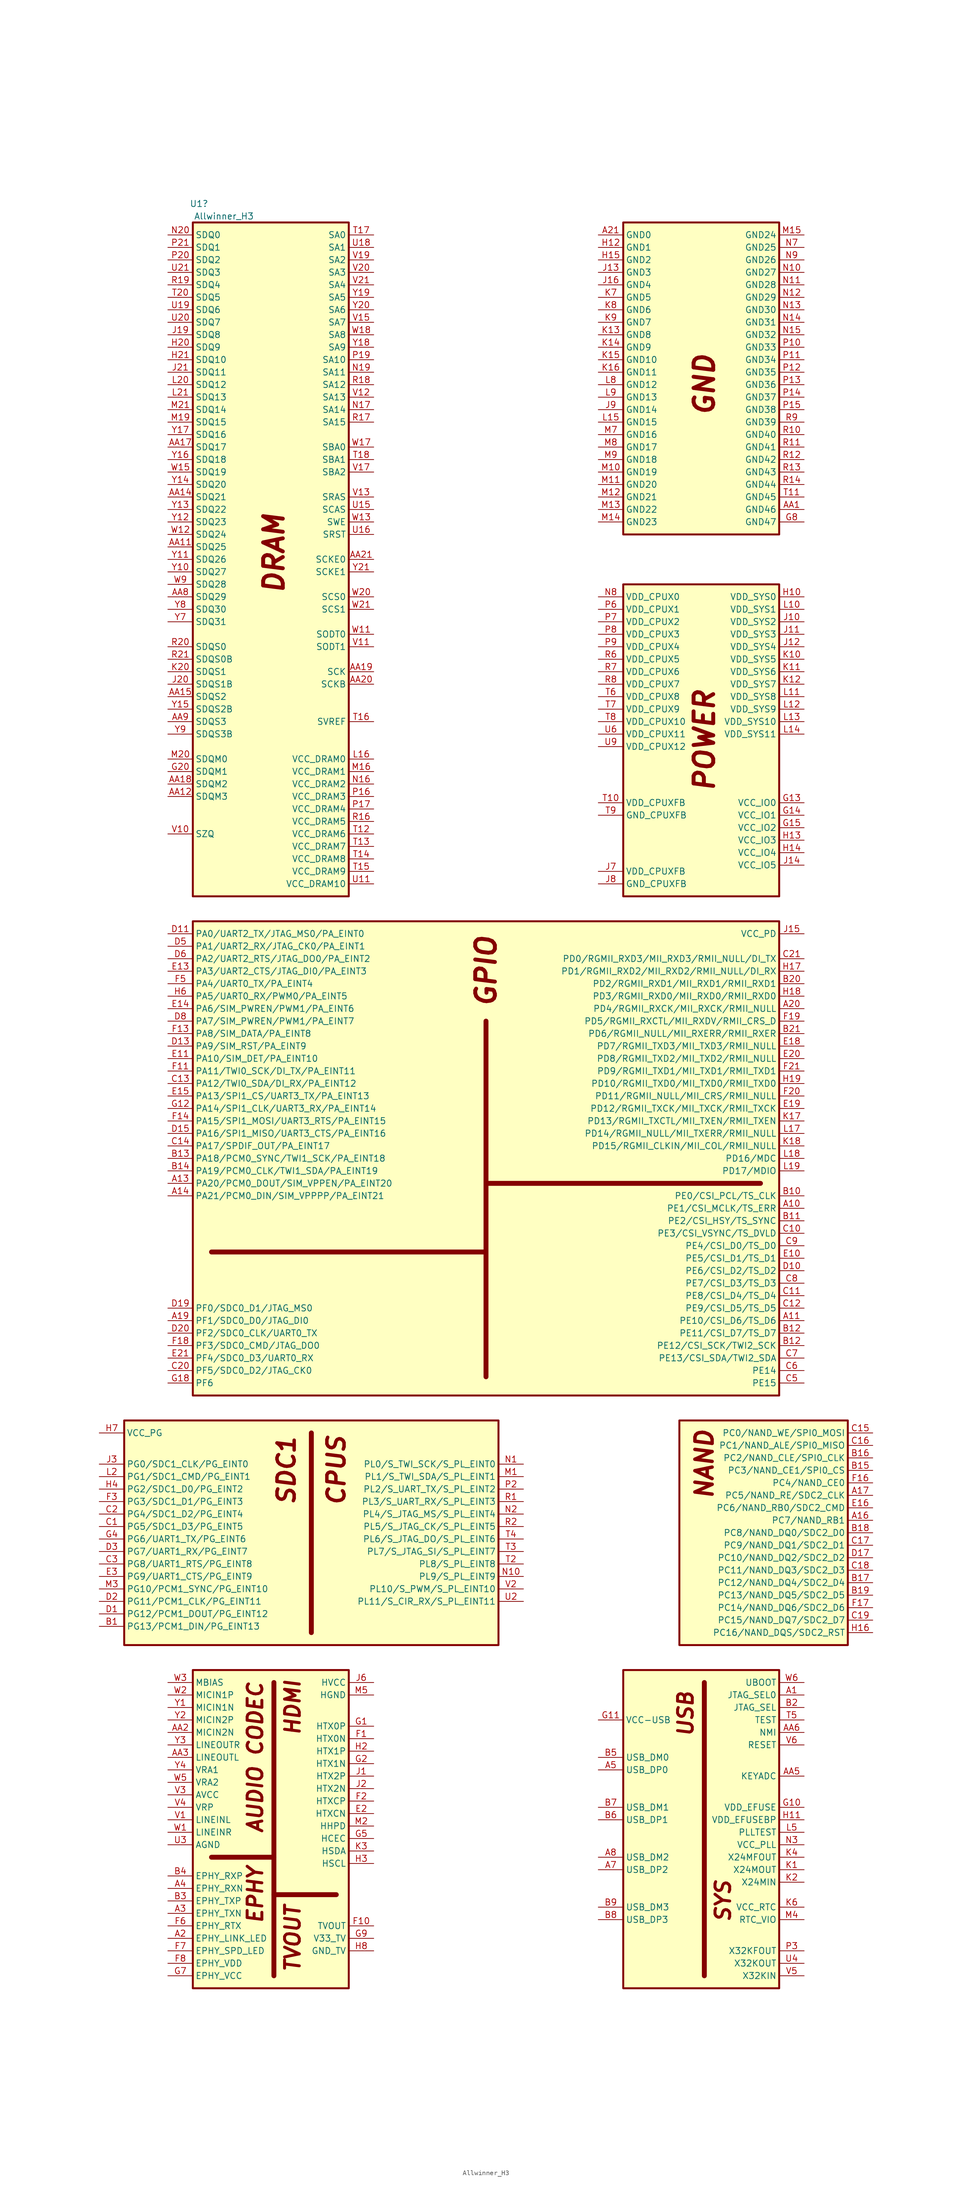
<source format=kicad_sym>
(kicad_symbol_lib
  (version 20211014)
  (generator kicad_symbol_editor)
  (symbol "Allwinner_H3"
    (property "Reference" "U1"
      (at -58.42 143.51 0)
      (effects (font (size 1.27 1.27))))
    (property "Value" "Allwinner_H3"
      (at -53.34 140.97 0)
      (effects (font (size 1.27 1.27))))
    (symbol "Allwinner_H3_0_0"
      (polyline (pts (xy -55.88 -193.04) (xy -43.18 -193.04)) (stroke (width 1) (type default) (color 0 0 0 0)) (fill (type none)))
      (polyline (pts (xy -55.88 -69.85) (xy 0 -69.85)) (stroke (width 1) (type default) (color 0 0 0 0)) (fill (type none)))
      (polyline (pts (xy -43.18 -200.66) (xy -30.48 -200.66)) (stroke (width 1) (type default) (color 0 0 0 0)) (fill (type none)))
      (polyline (pts (xy 0 -55.88) (xy 55.88 -55.88)) (stroke (width 1) (type default) (color 0 0 0 0)) (fill (type none)))
      (polyline (pts (xy 0 -22.86) (xy 0 -95.25)) (stroke (width 1) (type default) (color 0 0 0 0)) (fill (type none)))
      (text "AUDIO CODEC" (at -46.99 -172.72 900) (effects (font (size 3 3) bold italic)))
      (text "CPUS" (at -30.48 -114.3 900) (effects (font (size 3.5 3.5) bold italic)))
      (text "DRAM" (at -43.18 72.39 900) (effects (font (size 4 4) bold italic)))
      (text "EPHY" (at -46.99 -200.66 900) (effects (font (size 3 3) bold italic)))
      (text "GND" (at 44.45 106.68 900) (effects (font (size 4 4) bold italic)))
      (text "GPIO" (at 0 -12.7 900) (effects (font (size 4 4) bold italic)))
      (text "HDMI" (at -39.37 -162.56 900) (effects (font (size 3 3) bold italic)))
      (text "NAND" (at 44.45 -113.03 900) (effects (font (size 3.5 3.5) bold italic)))
      (text "POWER" (at 44.45 34.29 900) (effects (font (size 4 4) bold italic)))
      (text "SDC1" (at -40.64 -114.3 900) (effects (font (size 3.5 3.5) bold italic)))
      (text "SYS" (at 48.26 -201.93 900) (effects (font (size 3 3) bold italic)))
      (text "TVOUT" (at -39.37 -209.55 900) (effects (font (size 3 3) bold italic)))
      (text "USB" (at 40.64 -163.83 900) (effects (font (size 3 3) bold italic))))
    (symbol "Allwinner_H3_0_1"
      (rectangle (start -73.66 -104.14) (end 2.54 -149.86) (stroke (width 0.4) (type default) (color 0 0 0 0)) (fill (type background)))
      (rectangle (start -59.69 -154.94) (end -27.94 -219.71) (stroke (width 0.4) (type default) (color 0 0 0 0)) (fill (type background)))
      (rectangle (start -59.69 -2.54) (end 59.69 -99.06) (stroke (width 0.4) (type default) (color 0 0 0 0)) (fill (type background)))
      (rectangle (start -59.69 139.7) (end -27.94 2.54) (stroke (width 0.4) (type default) (color 0 0 0 0)) (fill (type background)))
      (polyline (pts (xy -43.18 -157.48) (xy -43.18 -217.17)) (stroke (width 1) (type default) (color 0 0 0 0)) (fill (type none)))
      (polyline (pts (xy -35.56 -106.68) (xy -35.56 -147.32)) (stroke (width 1) (type default) (color 0 0 0 0)) (fill (type none)))
      (polyline (pts (xy 44.45 -157.48) (xy 44.45 -217.17)) (stroke (width 1) (type default) (color 0 0 0 0)) (fill (type none)))
      (rectangle (start 27.94 -154.94) (end 59.69 -219.71) (stroke (width 0.4) (type default) (color 0 0 0 0)) (fill (type background)))
      (rectangle (start 27.94 66.04) (end 59.69 2.54) (stroke (width 0.4) (type default) (color 0 0 0 0)) (fill (type background)))
      (rectangle (start 27.94 139.7) (end 59.69 76.2) (stroke (width 0.4) (type default) (color 0 0 0 0)) (fill (type background)))
      (rectangle (start 39.37 -104.14) (end 73.66 -149.86) (stroke (width 0.4) (type default) (color 0 0 0 0)) (fill (type background))))
    (symbol "Allwinner_H3_1_1"
      (pin bidirectional line (at 64.77 -160.02 180) (length 5.08) (name "JTAG_SEL0" (effects (font (size 1.27 1.27)))) (number "A1" (effects (font (size 1.27 1.27)))))
      (pin bidirectional line (at 64.77 -60.96 180) (length 5.08) (name "PE1/CSI_MCLK/TS_ERR" (effects (font (size 1.27 1.27)))) (number "A10" (effects (font (size 1.27 1.27)))))
      (pin bidirectional line (at 64.77 -83.82 180) (length 5.08) (name "PE10/CSI_D6/TS_D6" (effects (font (size 1.27 1.27)))) (number "A11" (effects (font (size 1.27 1.27)))))
      (pin bidirectional line (at -64.77 -55.88 0) (length 5.08) (name "PA20/PCM0_DOUT/SIM_VPPEN/PA_EINT20" (effects (font (size 1.27 1.27)))) (number "A13" (effects (font (size 1.27 1.27)))))
      (pin bidirectional line (at -64.77 -58.42 0) (length 5.08) (name "PA21/PCM0_DIN/SIM_VPPPP/PA_EINT21" (effects (font (size 1.27 1.27)))) (number "A14" (effects (font (size 1.27 1.27)))))
      (pin bidirectional line (at 78.74 -124.46 180) (length 5.08) (name "PC7/NAND_RB1" (effects (font (size 1.27 1.27)))) (number "A16" (effects (font (size 1.27 1.27)))))
      (pin bidirectional line (at 78.74 -119.38 180) (length 5.08) (name "PC5/NAND_RE/SDC2_CLK" (effects (font (size 1.27 1.27)))) (number "A17" (effects (font (size 1.27 1.27)))))
      (pin bidirectional line (at -64.77 -83.82 0) (length 5.08) (name "PF1/SDC0_D0/JTAG_DI0" (effects (font (size 1.27 1.27)))) (number "A19" (effects (font (size 1.27 1.27)))))
      (pin bidirectional line (at -64.77 -209.55 0) (length 5.08) (name "EPHY_LINK_LED" (effects (font (size 1.27 1.27)))) (number "A2" (effects (font (size 1.27 1.27)))))
      (pin bidirectional line (at 64.77 -20.32 180) (length 5.08) (name "PD4/RGMII_RXCK/MII_RXCK/RMII_NULL" (effects (font (size 1.27 1.27)))) (number "A20" (effects (font (size 1.27 1.27)))))
      (pin bidirectional line (at 22.86 137.16 0) (length 5.08) (name "GND0" (effects (font (size 1.27 1.27)))) (number "A21" (effects (font (size 1.27 1.27)))))
      (pin bidirectional line (at -64.77 -204.47 0) (length 5.08) (name "EPHY_TXN" (effects (font (size 1.27 1.27)))) (number "A3" (effects (font (size 1.27 1.27)))))
      (pin bidirectional line (at -64.77 -199.39 0) (length 5.08) (name "EPHY_RXN" (effects (font (size 1.27 1.27)))) (number "A4" (effects (font (size 1.27 1.27)))))
      (pin bidirectional line (at 22.86 -175.26 0) (length 5.08) (name "USB_DP0" (effects (font (size 1.27 1.27)))) (number "A5" (effects (font (size 1.27 1.27)))))
      (pin bidirectional line (at 22.86 -195.58 0) (length 5.08) (name "USB_DP2" (effects (font (size 1.27 1.27)))) (number "A7" (effects (font (size 1.27 1.27)))))
      (pin bidirectional line (at 22.86 -193.04 0) (length 5.08) (name "USB_DM2" (effects (font (size 1.27 1.27)))) (number "A8" (effects (font (size 1.27 1.27)))))
      (pin bidirectional line (at 64.77 81.28 180) (length 5.08) (name "GND46" (effects (font (size 1.27 1.27)))) (number "AA1" (effects (font (size 1.27 1.27)))))
      (pin bidirectional line (at -64.77 73.66 0) (length 5.08) (name "SDQ25" (effects (font (size 1.27 1.27)))) (number "AA11" (effects (font (size 1.27 1.27)))))
      (pin bidirectional line (at -64.77 22.86 0) (length 5.08) (name "SDQM3" (effects (font (size 1.27 1.27)))) (number "AA12" (effects (font (size 1.27 1.27)))))
      (pin bidirectional line (at -64.77 83.82 0) (length 5.08) (name "SDQ21" (effects (font (size 1.27 1.27)))) (number "AA14" (effects (font (size 1.27 1.27)))))
      (pin bidirectional line (at -64.77 43.18 0) (length 5.08) (name "SDQS2" (effects (font (size 1.27 1.27)))) (number "AA15" (effects (font (size 1.27 1.27)))))
      (pin bidirectional line (at -64.77 93.98 0) (length 5.08) (name "SDQ17" (effects (font (size 1.27 1.27)))) (number "AA17" (effects (font (size 1.27 1.27)))))
      (pin bidirectional line (at -64.77 25.4 0) (length 5.08) (name "SDQM2" (effects (font (size 1.27 1.27)))) (number "AA18" (effects (font (size 1.27 1.27)))))
      (pin bidirectional line (at -22.86 48.26 180) (length 5.08) (name "SCK" (effects (font (size 1.27 1.27)))) (number "AA19" (effects (font (size 1.27 1.27)))))
      (pin bidirectional line (at -64.77 -167.64 0) (length 5.08) (name "MICIN2N" (effects (font (size 1.27 1.27)))) (number "AA2" (effects (font (size 1.27 1.27)))))
      (pin bidirectional line (at -22.86 45.72 180) (length 5.08) (name "SCKB" (effects (font (size 1.27 1.27)))) (number "AA20" (effects (font (size 1.27 1.27)))))
      (pin bidirectional line (at -22.86 71.12 180) (length 5.08) (name "SCKE0" (effects (font (size 1.27 1.27)))) (number "AA21" (effects (font (size 1.27 1.27)))))
      (pin bidirectional line (at -64.77 -172.72 0) (length 5.08) (name "LINEOUTL" (effects (font (size 1.27 1.27)))) (number "AA3" (effects (font (size 1.27 1.27)))))
      (pin bidirectional line (at 64.77 -176.53 180) (length 5.08) (name "KEYADC" (effects (font (size 1.27 1.27)))) (number "AA5" (effects (font (size 1.27 1.27)))))
      (pin bidirectional line (at 64.77 -167.64 180) (length 5.08) (name "NMI" (effects (font (size 1.27 1.27)))) (number "AA6" (effects (font (size 1.27 1.27)))))
      (pin bidirectional line (at -64.77 63.5 0) (length 5.08) (name "SDQ29" (effects (font (size 1.27 1.27)))) (number "AA8" (effects (font (size 1.27 1.27)))))
      (pin bidirectional line (at -64.77 38.1 0) (length 5.08) (name "SDQS3" (effects (font (size 1.27 1.27)))) (number "AA9" (effects (font (size 1.27 1.27)))))
      (pin bidirectional line (at -78.74 -146.05 0) (length 5.08) (name "PG13/PCM1_DIN/PG_EINT13" (effects (font (size 1.27 1.27)))) (number "B1" (effects (font (size 1.27 1.27)))))
      (pin bidirectional line (at 64.77 -58.42 180) (length 5.08) (name "PE0/CSI_PCL/TS_CLK" (effects (font (size 1.27 1.27)))) (number "B10" (effects (font (size 1.27 1.27)))))
      (pin bidirectional line (at 64.77 -63.5 180) (length 5.08) (name "PE2/CSI_HSY/TS_SYNC" (effects (font (size 1.27 1.27)))) (number "B11" (effects (font (size 1.27 1.27)))))
      (pin bidirectional line (at 64.77 -86.36 180) (length 5.08) (name "PE11/CSI_D7/TS_D7" (effects (font (size 1.27 1.27)))) (number "B12" (effects (font (size 1.27 1.27)))))
      (pin bidirectional line (at 64.77 -88.9 180) (length 5.08) (name "PE12/CSI_SCK/TWI2_SCK" (effects (font (size 1.27 1.27)))) (number "B12" (effects (font (size 1.27 1.27)))))
      (pin bidirectional line (at -64.77 -50.8 0) (length 5.08) (name "PA18/PCM0_SYNC/TWI1_SCK/PA_EINT18" (effects (font (size 1.27 1.27)))) (number "B13" (effects (font (size 1.27 1.27)))))
      (pin bidirectional line (at -64.77 -53.34 0) (length 5.08) (name "PA19/PCM0_CLK/TWI1_SDA/PA_EINT19" (effects (font (size 1.27 1.27)))) (number "B14" (effects (font (size 1.27 1.27)))))
      (pin bidirectional line (at 78.74 -114.3 180) (length 5.08) (name "PC3/NAND_CE1/SPI0_CS" (effects (font (size 1.27 1.27)))) (number "B15" (effects (font (size 1.27 1.27)))))
      (pin bidirectional line (at 78.74 -111.76 180) (length 5.08) (name "PC2/NAND_CLE/SPI0_CLK" (effects (font (size 1.27 1.27)))) (number "B16" (effects (font (size 1.27 1.27)))))
      (pin bidirectional line (at 78.74 -137.16 180) (length 5.08) (name "PC12/NAND_DQ4/SDC2_D4" (effects (font (size 1.27 1.27)))) (number "B17" (effects (font (size 1.27 1.27)))))
      (pin bidirectional line (at 78.74 -127 180) (length 5.08) (name "PC8/NAND_DQ0/SDC2_D0" (effects (font (size 1.27 1.27)))) (number "B18" (effects (font (size 1.27 1.27)))))
      (pin bidirectional line (at 78.74 -139.7 180) (length 5.08) (name "PC13/NAND_DQ5/SDC2_D5" (effects (font (size 1.27 1.27)))) (number "B19" (effects (font (size 1.27 1.27)))))
      (pin bidirectional line (at 64.77 -162.56 180) (length 5.08) (name "JTAG_SEL" (effects (font (size 1.27 1.27)))) (number "B2" (effects (font (size 1.27 1.27)))))
      (pin bidirectional line (at 64.77 -15.24 180) (length 5.08) (name "PD2/RGMII_RXD1/MII_RXD1/RMII_RXD1" (effects (font (size 1.27 1.27)))) (number "B20" (effects (font (size 1.27 1.27)))))
      (pin bidirectional line (at 64.77 -25.4 180) (length 5.08) (name "PD6/RGMII_NULL/MII_RXERR/RMII_RXER" (effects (font (size 1.27 1.27)))) (number "B21" (effects (font (size 1.27 1.27)))))
      (pin bidirectional line (at -64.77 -201.93 0) (length 5.08) (name "EPHY_TXP" (effects (font (size 1.27 1.27)))) (number "B3" (effects (font (size 1.27 1.27)))))
      (pin bidirectional line (at -64.77 -196.85 0) (length 5.08) (name "EPHY_RXP" (effects (font (size 1.27 1.27)))) (number "B4" (effects (font (size 1.27 1.27)))))
      (pin bidirectional line (at 22.86 -172.72 0) (length 5.08) (name "USB_DM0" (effects (font (size 1.27 1.27)))) (number "B5" (effects (font (size 1.27 1.27)))))
      (pin bidirectional line (at 22.86 -185.42 0) (length 5.08) (name "USB_DP1" (effects (font (size 1.27 1.27)))) (number "B6" (effects (font (size 1.27 1.27)))))
      (pin bidirectional line (at 22.86 -182.88 0) (length 5.08) (name "USB_DM1" (effects (font (size 1.27 1.27)))) (number "B7" (effects (font (size 1.27 1.27)))))
      (pin bidirectional line (at 22.86 -205.74 0) (length 5.08) (name "USB_DP3" (effects (font (size 1.27 1.27)))) (number "B8" (effects (font (size 1.27 1.27)))))
      (pin bidirectional line (at 22.86 -203.2 0) (length 5.08) (name "USB_DM3" (effects (font (size 1.27 1.27)))) (number "B9" (effects (font (size 1.27 1.27)))))
      (pin bidirectional line (at -78.74 -125.73 0) (length 5.08) (name "PG5/SDC1_D3/PG_EINT5" (effects (font (size 1.27 1.27)))) (number "C1" (effects (font (size 1.27 1.27)))))
      (pin bidirectional line (at 64.77 -66.04 180) (length 5.08) (name "PE3/CSI_VSYNC/TS_DVLD" (effects (font (size 1.27 1.27)))) (number "C10" (effects (font (size 1.27 1.27)))))
      (pin bidirectional line (at 64.77 -78.74 180) (length 5.08) (name "PE8/CSI_D4/TS_D4" (effects (font (size 1.27 1.27)))) (number "C11" (effects (font (size 1.27 1.27)))))
      (pin bidirectional line (at 64.77 -81.28 180) (length 5.08) (name "PE9/CSI_D5/TS_D5" (effects (font (size 1.27 1.27)))) (number "C12" (effects (font (size 1.27 1.27)))))
      (pin bidirectional line (at -64.77 -35.56 0) (length 5.08) (name "PA12/TWI0_SDA/DI_RX/PA_EINT12" (effects (font (size 1.27 1.27)))) (number "C13" (effects (font (size 1.27 1.27)))))
      (pin bidirectional line (at -64.77 -48.26 0) (length 5.08) (name "PA17/SPDIF_OUT/PA_EINT17" (effects (font (size 1.27 1.27)))) (number "C14" (effects (font (size 1.27 1.27)))))
      (pin bidirectional line (at 78.74 -106.68 180) (length 5.08) (name "PC0/NAND_WE/SPI0_MOSI" (effects (font (size 1.27 1.27)))) (number "C15" (effects (font (size 1.27 1.27)))))
      (pin bidirectional line (at 78.74 -109.22 180) (length 5.08) (name "PC1/NAND_ALE/SPI0_MISO" (effects (font (size 1.27 1.27)))) (number "C16" (effects (font (size 1.27 1.27)))))
      (pin bidirectional line (at 78.74 -129.54 180) (length 5.08) (name "PC9/NAND_DQ1/SDC2_D1" (effects (font (size 1.27 1.27)))) (number "C17" (effects (font (size 1.27 1.27)))))
      (pin bidirectional line (at 78.74 -134.62 180) (length 5.08) (name "PC11/NAND_DQ3/SDC2_D3" (effects (font (size 1.27 1.27)))) (number "C18" (effects (font (size 1.27 1.27)))))
      (pin bidirectional line (at 78.74 -144.78 180) (length 5.08) (name "PC15/NAND_DQ7/SDC2_D7" (effects (font (size 1.27 1.27)))) (number "C19" (effects (font (size 1.27 1.27)))))
      (pin bidirectional line (at -78.74 -123.19 0) (length 5.08) (name "PG4/SDC1_D2/PG_EINT4" (effects (font (size 1.27 1.27)))) (number "C2" (effects (font (size 1.27 1.27)))))
      (pin bidirectional line (at -64.77 -93.98 0) (length 5.08) (name "PF5/SDC0_D2/JTAG_CK0" (effects (font (size 1.27 1.27)))) (number "C20" (effects (font (size 1.27 1.27)))))
      (pin bidirectional line (at 64.77 -10.16 180) (length 5.08) (name "PD0/RGMII_RXD3/MII_RXD3/RMII_NULL/DI_TX" (effects (font (size 1.27 1.27)))) (number "C21" (effects (font (size 1.27 1.27)))))
      (pin bidirectional line (at -78.74 -133.35 0) (length 5.08) (name "PG8/UART1_RTS/PG_EINT8" (effects (font (size 1.27 1.27)))) (number "C3" (effects (font (size 1.27 1.27)))))
      (pin bidirectional line (at 64.77 -96.52 180) (length 5.08) (name "PE15" (effects (font (size 1.27 1.27)))) (number "C5" (effects (font (size 1.27 1.27)))))
      (pin bidirectional line (at 64.77 -93.98 180) (length 5.08) (name "PE14" (effects (font (size 1.27 1.27)))) (number "C6" (effects (font (size 1.27 1.27)))))
      (pin bidirectional line (at 64.77 -91.44 180) (length 5.08) (name "PE13/CSI_SDA/TWI2_SDA" (effects (font (size 1.27 1.27)))) (number "C7" (effects (font (size 1.27 1.27)))))
      (pin bidirectional line (at 64.77 -76.2 180) (length 5.08) (name "PE7/CSI_D3/TS_D3" (effects (font (size 1.27 1.27)))) (number "C8" (effects (font (size 1.27 1.27)))))
      (pin bidirectional line (at 64.77 -68.58 180) (length 5.08) (name "PE4/CSI_D0/TS_D0" (effects (font (size 1.27 1.27)))) (number "C9" (effects (font (size 1.27 1.27)))))
      (pin bidirectional line (at -78.74 -143.51 0) (length 5.08) (name "PG12/PCM1_DOUT/PG_EINT12" (effects (font (size 1.27 1.27)))) (number "D1" (effects (font (size 1.27 1.27)))))
      (pin bidirectional line (at 64.77 -73.66 180) (length 5.08) (name "PE6/CSI_D2/TS_D2" (effects (font (size 1.27 1.27)))) (number "D10" (effects (font (size 1.27 1.27)))))
      (pin bidirectional line (at -64.77 -5.08 0) (length 5.08) (name "PA0/UART2_TX/JTAG_MS0/PA_EINT0" (effects (font (size 1.27 1.27)))) (number "D11" (effects (font (size 1.27 1.27)))))
      (pin bidirectional line (at -64.77 -27.94 0) (length 5.08) (name "PA9/SIM_RST/PA_EINT9" (effects (font (size 1.27 1.27)))) (number "D13" (effects (font (size 1.27 1.27)))))
      (pin bidirectional line (at -64.77 -45.72 0) (length 5.08) (name "PA16/SPI1_MISO/UART3_CTS/PA_EINT16" (effects (font (size 1.27 1.27)))) (number "D15" (effects (font (size 1.27 1.27)))))
      (pin bidirectional line (at 78.74 -132.08 180) (length 5.08) (name "PC10/NAND_DQ2/SDC2_D2" (effects (font (size 1.27 1.27)))) (number "D17" (effects (font (size 1.27 1.27)))))
      (pin bidirectional line (at -64.77 -81.28 0) (length 5.08) (name "PF0/SDC0_D1/JTAG_MS0" (effects (font (size 1.27 1.27)))) (number "D19" (effects (font (size 1.27 1.27)))))
      (pin bidirectional line (at -78.74 -140.97 0) (length 5.08) (name "PG11/PCM1_CLK/PG_EINT11" (effects (font (size 1.27 1.27)))) (number "D2" (effects (font (size 1.27 1.27)))))
      (pin bidirectional line (at -64.77 -86.36 0) (length 5.08) (name "PF2/SDC0_CLK/UART0_TX" (effects (font (size 1.27 1.27)))) (number "D20" (effects (font (size 1.27 1.27)))))
      (pin bidirectional line (at -78.74 -130.81 0) (length 5.08) (name "PG7/UART1_RX/PG_EINT7" (effects (font (size 1.27 1.27)))) (number "D3" (effects (font (size 1.27 1.27)))))
      (pin bidirectional line (at -64.77 -7.62 0) (length 5.08) (name "PA1/UART2_RX/JTAG_CK0/PA_EINT1" (effects (font (size 1.27 1.27)))) (number "D5" (effects (font (size 1.27 1.27)))))
      (pin bidirectional line (at -64.77 -10.16 0) (length 5.08) (name "PA2/UART2_RTS/JTAG_DO0/PA_EINT2" (effects (font (size 1.27 1.27)))) (number "D6" (effects (font (size 1.27 1.27)))))
      (pin bidirectional line (at -64.77 -22.86 0) (length 5.08) (name "PA7/SIM_PWREN/PWM1/PA_EINT7" (effects (font (size 1.27 1.27)))) (number "D8" (effects (font (size 1.27 1.27)))))
      (pin bidirectional line (at 64.77 -71.12 180) (length 5.08) (name "PE5/CSI_D1/TS_D1" (effects (font (size 1.27 1.27)))) (number "E10" (effects (font (size 1.27 1.27)))))
      (pin bidirectional line (at -64.77 -30.48 0) (length 5.08) (name "PA10/SIM_DET/PA_EINT10" (effects (font (size 1.27 1.27)))) (number "E11" (effects (font (size 1.27 1.27)))))
      (pin bidirectional line (at -64.77 -12.7 0) (length 5.08) (name "PA3/UART2_CTS/JTAG_DI0/PA_EINT3" (effects (font (size 1.27 1.27)))) (number "E13" (effects (font (size 1.27 1.27)))))
      (pin bidirectional line (at -64.77 -20.32 0) (length 5.08) (name "PA6/SIM_PWREN/PWM1/PA_EINT6" (effects (font (size 1.27 1.27)))) (number "E14" (effects (font (size 1.27 1.27)))))
      (pin bidirectional line (at -64.77 -38.1 0) (length 5.08) (name "PA13/SPI1_CS/UART3_TX/PA_EINT13" (effects (font (size 1.27 1.27)))) (number "E15" (effects (font (size 1.27 1.27)))))
      (pin bidirectional line (at 78.74 -121.92 180) (length 5.08) (name "PC6/NAND_RB0/SDC2_CMD" (effects (font (size 1.27 1.27)))) (number "E16" (effects (font (size 1.27 1.27)))))
      (pin bidirectional line (at 64.77 -27.94 180) (length 5.08) (name "PD7/RGMII_TXD3/MII_TXD3/RMII_NULL" (effects (font (size 1.27 1.27)))) (number "E18" (effects (font (size 1.27 1.27)))))
      (pin bidirectional line (at 64.77 -40.64 180) (length 5.08) (name "PD12/RGMII_TXCK/MII_TXCK/RMII_TXCK" (effects (font (size 1.27 1.27)))) (number "E19" (effects (font (size 1.27 1.27)))))
      (pin bidirectional line (at -22.86 -184.15 180) (length 5.08) (name "HTXCN" (effects (font (size 1.27 1.27)))) (number "E2" (effects (font (size 1.27 1.27)))))
      (pin bidirectional line (at 64.77 -30.48 180) (length 5.08) (name "PD8/RGMII_TXD2/MII_TXD2/RMII_NULL" (effects (font (size 1.27 1.27)))) (number "E20" (effects (font (size 1.27 1.27)))))
      (pin bidirectional line (at -64.77 -91.44 0) (length 5.08) (name "PF4/SDC0_D3/UART0_RX" (effects (font (size 1.27 1.27)))) (number "E21" (effects (font (size 1.27 1.27)))))
      (pin bidirectional line (at -78.74 -135.89 0) (length 5.08) (name "PG9/UART1_CTS/PG_EINT9" (effects (font (size 1.27 1.27)))) (number "E3" (effects (font (size 1.27 1.27)))))
      (pin bidirectional line (at -22.86 -168.91 180) (length 5.08) (name "HTX0N" (effects (font (size 1.27 1.27)))) (number "F1" (effects (font (size 1.27 1.27)))))
      (pin bidirectional line (at -22.86 -207.01 180) (length 5.08) (name "TVOUT" (effects (font (size 1.27 1.27)))) (number "F10" (effects (font (size 1.27 1.27)))))
      (pin bidirectional line (at -64.77 -33.02 0) (length 5.08) (name "PA11/TWI0_SCK/DI_TX/PA_EINT11" (effects (font (size 1.27 1.27)))) (number "F11" (effects (font (size 1.27 1.27)))))
      (pin bidirectional line (at -64.77 -25.4 0) (length 5.08) (name "PA8/SIM_DATA/PA_EINT8" (effects (font (size 1.27 1.27)))) (number "F13" (effects (font (size 1.27 1.27)))))
      (pin bidirectional line (at -64.77 -43.18 0) (length 5.08) (name "PA15/SPI1_MOSI/UART3_RTS/PA_EINT15" (effects (font (size 1.27 1.27)))) (number "F14" (effects (font (size 1.27 1.27)))))
      (pin bidirectional line (at 78.74 -116.84 180) (length 5.08) (name "PC4/NAND_CE0" (effects (font (size 1.27 1.27)))) (number "F16" (effects (font (size 1.27 1.27)))))
      (pin bidirectional line (at 78.74 -142.24 180) (length 5.08) (name "PC14/NAND_DQ6/SDC2_D6" (effects (font (size 1.27 1.27)))) (number "F17" (effects (font (size 1.27 1.27)))))
      (pin bidirectional line (at -64.77 -88.9 0) (length 5.08) (name "PF3/SDC0_CMD/JTAG_DO0" (effects (font (size 1.27 1.27)))) (number "F18" (effects (font (size 1.27 1.27)))))
      (pin bidirectional line (at 64.77 -22.86 180) (length 5.08) (name "PD5/RGMII_RXCTL/MII_RXDV/RMII_CRS_D" (effects (font (size 1.27 1.27)))) (number "F19" (effects (font (size 1.27 1.27)))))
      (pin bidirectional line (at -22.86 -181.61 180) (length 5.08) (name "HTXCP" (effects (font (size 1.27 1.27)))) (number "F2" (effects (font (size 1.27 1.27)))))
      (pin bidirectional line (at 64.77 -38.1 180) (length 5.08) (name "PD11/RGMII_NULL/MII_CRS/RMII_NULL" (effects (font (size 1.27 1.27)))) (number "F20" (effects (font (size 1.27 1.27)))))
      (pin bidirectional line (at 64.77 -33.02 180) (length 5.08) (name "PD9/RGMII_TXD1/MII_TXD1/RMII_TXD1" (effects (font (size 1.27 1.27)))) (number "F21" (effects (font (size 1.27 1.27)))))
      (pin bidirectional line (at -78.74 -120.65 0) (length 5.08) (name "PG3/SDC1_D1/PG_EINT3" (effects (font (size 1.27 1.27)))) (number "F3" (effects (font (size 1.27 1.27)))))
      (pin bidirectional line (at -64.77 -15.24 0) (length 5.08) (name "PA4/UART0_TX/PA_EINT4" (effects (font (size 1.27 1.27)))) (number "F5" (effects (font (size 1.27 1.27)))))
      (pin bidirectional line (at -64.77 -207.01 0) (length 5.08) (name "EPHY_RTX" (effects (font (size 1.27 1.27)))) (number "F6" (effects (font (size 1.27 1.27)))))
      (pin bidirectional line (at -64.77 -212.09 0) (length 5.08) (name "EPHY_SPD_LED" (effects (font (size 1.27 1.27)))) (number "F7" (effects (font (size 1.27 1.27)))))
      (pin bidirectional line (at -64.77 -214.63 0) (length 5.08) (name "EPHY_VDD" (effects (font (size 1.27 1.27)))) (number "F8" (effects (font (size 1.27 1.27)))))
      (pin bidirectional line (at -22.86 -166.37 180) (length 5.08) (name "HTX0P" (effects (font (size 1.27 1.27)))) (number "G1" (effects (font (size 1.27 1.27)))))
      (pin bidirectional line (at 64.77 -182.88 180) (length 5.08) (name "VDD_EFUSE" (effects (font (size 1.27 1.27)))) (number "G10" (effects (font (size 1.27 1.27)))))
      (pin bidirectional line (at 22.86 -165.1 0) (length 5.08) (name "VCC-USB" (effects (font (size 1.27 1.27)))) (number "G11" (effects (font (size 1.27 1.27)))))
      (pin bidirectional line (at -64.77 -40.64 0) (length 5.08) (name "PA14/SPI1_CLK/UART3_RX/PA_EINT14" (effects (font (size 1.27 1.27)))) (number "G12" (effects (font (size 1.27 1.27)))))
      (pin bidirectional line (at 64.77 21.59 180) (length 5.08) (name "VCC_IO0" (effects (font (size 1.27 1.27)))) (number "G13" (effects (font (size 1.27 1.27)))))
      (pin bidirectional line (at 64.77 19.05 180) (length 5.08) (name "VCC_IO1" (effects (font (size 1.27 1.27)))) (number "G14" (effects (font (size 1.27 1.27)))))
      (pin bidirectional line (at 64.77 16.51 180) (length 5.08) (name "VCC_IO2" (effects (font (size 1.27 1.27)))) (number "G15" (effects (font (size 1.27 1.27)))))
      (pin bidirectional line (at -64.77 -96.52 0) (length 5.08) (name "PF6" (effects (font (size 1.27 1.27)))) (number "G18" (effects (font (size 1.27 1.27)))))
      (pin bidirectional line (at -22.86 -173.99 180) (length 5.08) (name "HTX1N" (effects (font (size 1.27 1.27)))) (number "G2" (effects (font (size 1.27 1.27)))))
      (pin bidirectional line (at -64.77 27.94 0) (length 5.08) (name "SDQM1" (effects (font (size 1.27 1.27)))) (number "G20" (effects (font (size 1.27 1.27)))))
      (pin bidirectional line (at -78.74 -128.27 0) (length 5.08) (name "PG6/UART1_TX/PG_EINT6" (effects (font (size 1.27 1.27)))) (number "G4" (effects (font (size 1.27 1.27)))))
      (pin bidirectional line (at -22.86 -189.23 180) (length 5.08) (name "HCEC" (effects (font (size 1.27 1.27)))) (number "G5" (effects (font (size 1.27 1.27)))))
      (pin bidirectional line (at -64.77 -217.17 0) (length 5.08) (name "EPHY_VCC" (effects (font (size 1.27 1.27)))) (number "G7" (effects (font (size 1.27 1.27)))))
      (pin bidirectional line (at 64.77 78.74 180) (length 5.08) (name "GND47" (effects (font (size 1.27 1.27)))) (number "G8" (effects (font (size 1.27 1.27)))))
      (pin bidirectional line (at -22.86 -209.55 180) (length 5.08) (name "V33_TV" (effects (font (size 1.27 1.27)))) (number "G9" (effects (font (size 1.27 1.27)))))
      (pin bidirectional line (at 64.77 63.5 180) (length 5.08) (name "VDD_SYS0" (effects (font (size 1.27 1.27)))) (number "H10" (effects (font (size 1.27 1.27)))))
      (pin bidirectional line (at 64.77 -185.42 180) (length 5.08) (name "VDD_EFUSEBP" (effects (font (size 1.27 1.27)))) (number "H11" (effects (font (size 1.27 1.27)))))
      (pin bidirectional line (at 22.86 134.62 0) (length 5.08) (name "GND1" (effects (font (size 1.27 1.27)))) (number "H12" (effects (font (size 1.27 1.27)))))
      (pin bidirectional line (at 64.77 13.97 180) (length 5.08) (name "VCC_IO3" (effects (font (size 1.27 1.27)))) (number "H13" (effects (font (size 1.27 1.27)))))
      (pin bidirectional line (at 64.77 11.43 180) (length 5.08) (name "VCC_IO4" (effects (font (size 1.27 1.27)))) (number "H14" (effects (font (size 1.27 1.27)))))
      (pin bidirectional line (at 22.86 132.08 0) (length 5.08) (name "GND2" (effects (font (size 1.27 1.27)))) (number "H15" (effects (font (size 1.27 1.27)))))
      (pin bidirectional line (at 78.74 -147.32 180) (length 5.08) (name "PC16/NAND_DQS/SDC2_RST" (effects (font (size 1.27 1.27)))) (number "H16" (effects (font (size 1.27 1.27)))))
      (pin bidirectional line (at 64.77 -12.7 180) (length 5.08) (name "PD1/RGMII_RXD2/MII_RXD2/RMII_NULL/DI_RX" (effects (font (size 1.27 1.27)))) (number "H17" (effects (font (size 1.27 1.27)))))
      (pin bidirectional line (at 64.77 -17.78 180) (length 5.08) (name "PD3/RGMII_RXD0/MII_RXD0/RMII_RXD0" (effects (font (size 1.27 1.27)))) (number "H18" (effects (font (size 1.27 1.27)))))
      (pin bidirectional line (at 64.77 -35.56 180) (length 5.08) (name "PD10/RGMII_TXD0/MII_TXD0/RMII_TXD0" (effects (font (size 1.27 1.27)))) (number "H19" (effects (font (size 1.27 1.27)))))
      (pin bidirectional line (at -22.86 -171.45 180) (length 5.08) (name "HTX1P" (effects (font (size 1.27 1.27)))) (number "H2" (effects (font (size 1.27 1.27)))))
      (pin bidirectional line (at -64.77 114.3 0) (length 5.08) (name "SDQ9" (effects (font (size 1.27 1.27)))) (number "H20" (effects (font (size 1.27 1.27)))))
      (pin bidirectional line (at -64.77 111.76 0) (length 5.08) (name "SDQ10" (effects (font (size 1.27 1.27)))) (number "H21" (effects (font (size 1.27 1.27)))))
      (pin bidirectional line (at -22.86 -194.31 180) (length 5.08) (name "HSCL" (effects (font (size 1.27 1.27)))) (number "H3" (effects (font (size 1.27 1.27)))))
      (pin bidirectional line (at -78.74 -118.11 0) (length 5.08) (name "PG2/SDC1_D0/PG_EINT2" (effects (font (size 1.27 1.27)))) (number "H4" (effects (font (size 1.27 1.27)))))
      (pin bidirectional line (at -64.77 -17.78 0) (length 5.08) (name "PA5/UART0_RX/PWM0/PA_EINT5" (effects (font (size 1.27 1.27)))) (number "H6" (effects (font (size 1.27 1.27)))))
      (pin bidirectional line (at -78.74 -106.68 0) (length 5.08) (name "VCC_PG" (effects (font (size 1.27 1.27)))) (number "H7" (effects (font (size 1.27 1.27)))))
      (pin bidirectional line (at -22.86 -212.09 180) (length 5.08) (name "GND_TV" (effects (font (size 1.27 1.27)))) (number "H8" (effects (font (size 1.27 1.27)))))
      (pin bidirectional line (at -22.86 -176.53 180) (length 5.08) (name "HTX2P" (effects (font (size 1.27 1.27)))) (number "J1" (effects (font (size 1.27 1.27)))))
      (pin bidirectional line (at 64.77 58.42 180) (length 5.08) (name "VDD_SYS2" (effects (font (size 1.27 1.27)))) (number "J10" (effects (font (size 1.27 1.27)))))
      (pin bidirectional line (at 64.77 55.88 180) (length 5.08) (name "VDD_SYS3" (effects (font (size 1.27 1.27)))) (number "J11" (effects (font (size 1.27 1.27)))))
      (pin bidirectional line (at 64.77 53.34 180) (length 5.08) (name "VDD_SYS4" (effects (font (size 1.27 1.27)))) (number "J12" (effects (font (size 1.27 1.27)))))
      (pin bidirectional line (at 22.86 129.54 0) (length 5.08) (name "GND3" (effects (font (size 1.27 1.27)))) (number "J13" (effects (font (size 1.27 1.27)))))
      (pin bidirectional line (at 64.77 8.89 180) (length 5.08) (name "VCC_IO5" (effects (font (size 1.27 1.27)))) (number "J14" (effects (font (size 1.27 1.27)))))
      (pin bidirectional line (at 64.77 -5.08 180) (length 5.08) (name "VCC_PD" (effects (font (size 1.27 1.27)))) (number "J15" (effects (font (size 1.27 1.27)))))
      (pin bidirectional line (at 22.86 127 0) (length 5.08) (name "GND4" (effects (font (size 1.27 1.27)))) (number "J16" (effects (font (size 1.27 1.27)))))
      (pin bidirectional line (at -64.77 116.84 0) (length 5.08) (name "SDQ8" (effects (font (size 1.27 1.27)))) (number "J19" (effects (font (size 1.27 1.27)))))
      (pin bidirectional line (at -22.86 -179.07 180) (length 5.08) (name "HTX2N" (effects (font (size 1.27 1.27)))) (number "J2" (effects (font (size 1.27 1.27)))))
      (pin bidirectional line (at -64.77 45.72 0) (length 5.08) (name "SDQS1B" (effects (font (size 1.27 1.27)))) (number "J20" (effects (font (size 1.27 1.27)))))
      (pin bidirectional line (at -64.77 109.22 0) (length 5.08) (name "SDQ11" (effects (font (size 1.27 1.27)))) (number "J21" (effects (font (size 1.27 1.27)))))
      (pin bidirectional line (at -78.74 -113.03 0) (length 5.08) (name "PG0/SDC1_CLK/PG_EINT0" (effects (font (size 1.27 1.27)))) (number "J3" (effects (font (size 1.27 1.27)))))
      (pin bidirectional line (at -22.86 -157.48 180) (length 5.08) (name "HVCC" (effects (font (size 1.27 1.27)))) (number "J6" (effects (font (size 1.27 1.27)))))
      (pin bidirectional line (at 22.86 7.62 0) (length 5.08) (name "VDD_CPUXFB" (effects (font (size 1.27 1.27)))) (number "J7" (effects (font (size 1.27 1.27)))))
      (pin bidirectional line (at 22.86 5.08 0) (length 5.08) (name "GND_CPUXFB" (effects (font (size 1.27 1.27)))) (number "J8" (effects (font (size 1.27 1.27)))))
      (pin bidirectional line (at 22.86 101.6 0) (length 5.08) (name "GND14" (effects (font (size 1.27 1.27)))) (number "J9" (effects (font (size 1.27 1.27)))))
      (pin bidirectional line (at 64.77 -195.58 180) (length 5.08) (name "X24MOUT" (effects (font (size 1.27 1.27)))) (number "K1" (effects (font (size 1.27 1.27)))))
      (pin bidirectional line (at 64.77 50.8 180) (length 5.08) (name "VDD_SYS5" (effects (font (size 1.27 1.27)))) (number "K10" (effects (font (size 1.27 1.27)))))
      (pin bidirectional line (at 64.77 48.26 180) (length 5.08) (name "VDD_SYS6" (effects (font (size 1.27 1.27)))) (number "K11" (effects (font (size 1.27 1.27)))))
      (pin bidirectional line (at 64.77 45.72 180) (length 5.08) (name "VDD_SYS7" (effects (font (size 1.27 1.27)))) (number "K12" (effects (font (size 1.27 1.27)))))
      (pin bidirectional line (at 22.86 116.84 0) (length 5.08) (name "GND8" (effects (font (size 1.27 1.27)))) (number "K13" (effects (font (size 1.27 1.27)))))
      (pin bidirectional line (at 22.86 114.3 0) (length 5.08) (name "GND9" (effects (font (size 1.27 1.27)))) (number "K14" (effects (font (size 1.27 1.27)))))
      (pin bidirectional line (at 22.86 111.76 0) (length 5.08) (name "GND10" (effects (font (size 1.27 1.27)))) (number "K15" (effects (font (size 1.27 1.27)))))
      (pin bidirectional line (at 22.86 109.22 0) (length 5.08) (name "GND11" (effects (font (size 1.27 1.27)))) (number "K16" (effects (font (size 1.27 1.27)))))
      (pin bidirectional line (at 64.77 -43.18 180) (length 5.08) (name "PD13/RGMII_TXCTL/MII_TXEN/RMII_TXEN" (effects (font (size 1.27 1.27)))) (number "K17" (effects (font (size 1.27 1.27)))))
      (pin bidirectional line (at 64.77 -48.26 180) (length 5.08) (name "PD15/RGMII_CLKIN/MII_COL/RMII_NULL" (effects (font (size 1.27 1.27)))) (number "K18" (effects (font (size 1.27 1.27)))))
      (pin bidirectional line (at 64.77 -198.12 180) (length 5.08) (name "X24MIN" (effects (font (size 1.27 1.27)))) (number "K2" (effects (font (size 1.27 1.27)))))
      (pin bidirectional line (at -64.77 48.26 0) (length 5.08) (name "SDQS1" (effects (font (size 1.27 1.27)))) (number "K20" (effects (font (size 1.27 1.27)))))
      (pin bidirectional line (at -22.86 -191.77 180) (length 5.08) (name "HSDA" (effects (font (size 1.27 1.27)))) (number "K3" (effects (font (size 1.27 1.27)))))
      (pin bidirectional line (at 64.77 -193.04 180) (length 5.08) (name "X24MFOUT" (effects (font (size 1.27 1.27)))) (number "K4" (effects (font (size 1.27 1.27)))))
      (pin bidirectional line (at 64.77 -203.2 180) (length 5.08) (name "VCC_RTC" (effects (font (size 1.27 1.27)))) (number "K6" (effects (font (size 1.27 1.27)))))
      (pin bidirectional line (at 22.86 124.46 0) (length 5.08) (name "GND5" (effects (font (size 1.27 1.27)))) (number "K7" (effects (font (size 1.27 1.27)))))
      (pin bidirectional line (at 22.86 121.92 0) (length 5.08) (name "GND6" (effects (font (size 1.27 1.27)))) (number "K8" (effects (font (size 1.27 1.27)))))
      (pin bidirectional line (at 22.86 119.38 0) (length 5.08) (name "GND7" (effects (font (size 1.27 1.27)))) (number "K9" (effects (font (size 1.27 1.27)))))
      (pin bidirectional line (at 64.77 60.96 180) (length 5.08) (name "VDD_SYS1" (effects (font (size 1.27 1.27)))) (number "L10" (effects (font (size 1.27 1.27)))))
      (pin bidirectional line (at 64.77 43.18 180) (length 5.08) (name "VDD_SYS8" (effects (font (size 1.27 1.27)))) (number "L11" (effects (font (size 1.27 1.27)))))
      (pin bidirectional line (at 64.77 40.64 180) (length 5.08) (name "VDD_SYS9" (effects (font (size 1.27 1.27)))) (number "L12" (effects (font (size 1.27 1.27)))))
      (pin bidirectional line (at 64.77 38.1 180) (length 5.08) (name "VDD_SYS10" (effects (font (size 1.27 1.27)))) (number "L13" (effects (font (size 1.27 1.27)))))
      (pin bidirectional line (at 64.77 35.56 180) (length 5.08) (name "VDD_SYS11" (effects (font (size 1.27 1.27)))) (number "L14" (effects (font (size 1.27 1.27)))))
      (pin bidirectional line (at 22.86 99.06 0) (length 5.08) (name "GND15" (effects (font (size 1.27 1.27)))) (number "L15" (effects (font (size 1.27 1.27)))))
      (pin bidirectional line (at -22.86 30.48 180) (length 5.08) (name "VCC_DRAM0" (effects (font (size 1.27 1.27)))) (number "L16" (effects (font (size 1.27 1.27)))))
      (pin bidirectional line (at 64.77 -45.72 180) (length 5.08) (name "PD14/RGMII_NULL/MII_TXERR/RMII_NULL" (effects (font (size 1.27 1.27)))) (number "L17" (effects (font (size 1.27 1.27)))))
      (pin bidirectional line (at 64.77 -50.8 180) (length 5.08) (name "PD16/MDC" (effects (font (size 1.27 1.27)))) (number "L18" (effects (font (size 1.27 1.27)))))
      (pin bidirectional line (at 64.77 -53.34 180) (length 5.08) (name "PD17/MDIO" (effects (font (size 1.27 1.27)))) (number "L19" (effects (font (size 1.27 1.27)))))
      (pin bidirectional line (at -78.74 -115.57 0) (length 5.08) (name "PG1/SDC1_CMD/PG_EINT1" (effects (font (size 1.27 1.27)))) (number "L2" (effects (font (size 1.27 1.27)))))
      (pin bidirectional line (at -64.77 106.68 0) (length 5.08) (name "SDQ12" (effects (font (size 1.27 1.27)))) (number "L20" (effects (font (size 1.27 1.27)))))
      (pin bidirectional line (at -64.77 104.14 0) (length 5.08) (name "SDQ13" (effects (font (size 1.27 1.27)))) (number "L21" (effects (font (size 1.27 1.27)))))
      (pin bidirectional line (at 64.77 -187.96 180) (length 5.08) (name "PLLTEST" (effects (font (size 1.27 1.27)))) (number "L5" (effects (font (size 1.27 1.27)))))
      (pin bidirectional line (at 22.86 106.68 0) (length 5.08) (name "GND12" (effects (font (size 1.27 1.27)))) (number "L8" (effects (font (size 1.27 1.27)))))
      (pin bidirectional line (at 22.86 104.14 0) (length 5.08) (name "GND13" (effects (font (size 1.27 1.27)))) (number "L9" (effects (font (size 1.27 1.27)))))
      (pin bidirectional line (at 7.62 -115.57 180) (length 5.08) (name "PL1/S_TWI_SDA/S_PL_EINT1" (effects (font (size 1.27 1.27)))) (number "M1" (effects (font (size 1.27 1.27)))))
      (pin bidirectional line (at 22.86 88.9 0) (length 5.08) (name "GND19" (effects (font (size 1.27 1.27)))) (number "M10" (effects (font (size 1.27 1.27)))))
      (pin bidirectional line (at 22.86 86.36 0) (length 5.08) (name "GND20" (effects (font (size 1.27 1.27)))) (number "M11" (effects (font (size 1.27 1.27)))))
      (pin bidirectional line (at 22.86 83.82 0) (length 5.08) (name "GND21" (effects (font (size 1.27 1.27)))) (number "M12" (effects (font (size 1.27 1.27)))))
      (pin bidirectional line (at 22.86 81.28 0) (length 5.08) (name "GND22" (effects (font (size 1.27 1.27)))) (number "M13" (effects (font (size 1.27 1.27)))))
      (pin bidirectional line (at 22.86 78.74 0) (length 5.08) (name "GND23" (effects (font (size 1.27 1.27)))) (number "M14" (effects (font (size 1.27 1.27)))))
      (pin bidirectional line (at 64.77 137.16 180) (length 5.08) (name "GND24" (effects (font (size 1.27 1.27)))) (number "M15" (effects (font (size 1.27 1.27)))))
      (pin bidirectional line (at -22.86 27.94 180) (length 5.08) (name "VCC_DRAM1" (effects (font (size 1.27 1.27)))) (number "M16" (effects (font (size 1.27 1.27)))))
      (pin bidirectional line (at -64.77 99.06 0) (length 5.08) (name "SDQ15" (effects (font (size 1.27 1.27)))) (number "M19" (effects (font (size 1.27 1.27)))))
      (pin bidirectional line (at -22.86 -186.69 180) (length 5.08) (name "HHPD" (effects (font (size 1.27 1.27)))) (number "M2" (effects (font (size 1.27 1.27)))))
      (pin bidirectional line (at -64.77 30.48 0) (length 5.08) (name "SDQM0" (effects (font (size 1.27 1.27)))) (number "M20" (effects (font (size 1.27 1.27)))))
      (pin bidirectional line (at -64.77 101.6 0) (length 5.08) (name "SDQ14" (effects (font (size 1.27 1.27)))) (number "M21" (effects (font (size 1.27 1.27)))))
      (pin bidirectional line (at -78.74 -138.43 0) (length 5.08) (name "PG10/PCM1_SYNC/PG_EINT10" (effects (font (size 1.27 1.27)))) (number "M3" (effects (font (size 1.27 1.27)))))
      (pin bidirectional line (at 64.77 -205.74 180) (length 5.08) (name "RTC_VIO" (effects (font (size 1.27 1.27)))) (number "M4" (effects (font (size 1.27 1.27)))))
      (pin bidirectional line (at -22.86 -160.02 180) (length 5.08) (name "HGND" (effects (font (size 1.27 1.27)))) (number "M5" (effects (font (size 1.27 1.27)))))
      (pin bidirectional line (at 22.86 96.52 0) (length 5.08) (name "GND16" (effects (font (size 1.27 1.27)))) (number "M7" (effects (font (size 1.27 1.27)))))
      (pin bidirectional line (at 22.86 93.98 0) (length 5.08) (name "GND17" (effects (font (size 1.27 1.27)))) (number "M8" (effects (font (size 1.27 1.27)))))
      (pin bidirectional line (at 22.86 91.44 0) (length 5.08) (name "GND18" (effects (font (size 1.27 1.27)))) (number "M9" (effects (font (size 1.27 1.27)))))
      (pin bidirectional line (at 7.62 -113.03 180) (length 5.08) (name "PL0/S_TWI_SCK/S_PL_EINT0" (effects (font (size 1.27 1.27)))) (number "N1" (effects (font (size 1.27 1.27)))))
      (pin bidirectional line (at 64.77 129.54 180) (length 5.08) (name "GND27" (effects (font (size 1.27 1.27)))) (number "N10" (effects (font (size 1.27 1.27)))))
      (pin bidirectional line (at 7.62 -135.89 180) (length 5.08) (name "PL9/S_PL_EINT9" (effects (font (size 1.27 1.27)))) (number "N10" (effects (font (size 1.27 1.27)))))
      (pin bidirectional line (at 64.77 127 180) (length 5.08) (name "GND28" (effects (font (size 1.27 1.27)))) (number "N11" (effects (font (size 1.27 1.27)))))
      (pin bidirectional line (at 64.77 124.46 180) (length 5.08) (name "GND29" (effects (font (size 1.27 1.27)))) (number "N12" (effects (font (size 1.27 1.27)))))
      (pin bidirectional line (at 64.77 121.92 180) (length 5.08) (name "GND30" (effects (font (size 1.27 1.27)))) (number "N13" (effects (font (size 1.27 1.27)))))
      (pin bidirectional line (at 64.77 119.38 180) (length 5.08) (name "GND31" (effects (font (size 1.27 1.27)))) (number "N14" (effects (font (size 1.27 1.27)))))
      (pin bidirectional line (at 64.77 116.84 180) (length 5.08) (name "GND32" (effects (font (size 1.27 1.27)))) (number "N15" (effects (font (size 1.27 1.27)))))
      (pin bidirectional line (at -22.86 25.4 180) (length 5.08) (name "VCC_DRAM2" (effects (font (size 1.27 1.27)))) (number "N16" (effects (font (size 1.27 1.27)))))
      (pin bidirectional line (at -22.86 101.6 180) (length 5.08) (name "SA14" (effects (font (size 1.27 1.27)))) (number "N17" (effects (font (size 1.27 1.27)))))
      (pin bidirectional line (at -22.86 109.22 180) (length 5.08) (name "SA11" (effects (font (size 1.27 1.27)))) (number "N19" (effects (font (size 1.27 1.27)))))
      (pin bidirectional line (at 7.62 -123.19 180) (length 5.08) (name "PL4/S_JTAG_MS/S_PL_EINT4" (effects (font (size 1.27 1.27)))) (number "N2" (effects (font (size 1.27 1.27)))))
      (pin bidirectional line (at -64.77 137.16 0) (length 5.08) (name "SDQ0" (effects (font (size 1.27 1.27)))) (number "N20" (effects (font (size 1.27 1.27)))))
      (pin bidirectional line (at 64.77 -190.5 180) (length 5.08) (name "VCC_PLL" (effects (font (size 1.27 1.27)))) (number "N3" (effects (font (size 1.27 1.27)))))
      (pin bidirectional line (at 64.77 134.62 180) (length 5.08) (name "GND25" (effects (font (size 1.27 1.27)))) (number "N7" (effects (font (size 1.27 1.27)))))
      (pin bidirectional line (at 22.86 63.5 0) (length 5.08) (name "VDD_CPUX0" (effects (font (size 1.27 1.27)))) (number "N8" (effects (font (size 1.27 1.27)))))
      (pin bidirectional line (at 64.77 132.08 180) (length 5.08) (name "GND26" (effects (font (size 1.27 1.27)))) (number "N9" (effects (font (size 1.27 1.27)))))
      (pin bidirectional line (at 64.77 114.3 180) (length 5.08) (name "GND33" (effects (font (size 1.27 1.27)))) (number "P10" (effects (font (size 1.27 1.27)))))
      (pin bidirectional line (at 64.77 111.76 180) (length 5.08) (name "GND34" (effects (font (size 1.27 1.27)))) (number "P11" (effects (font (size 1.27 1.27)))))
      (pin bidirectional line (at 64.77 109.22 180) (length 5.08) (name "GND35" (effects (font (size 1.27 1.27)))) (number "P12" (effects (font (size 1.27 1.27)))))
      (pin bidirectional line (at 64.77 106.68 180) (length 5.08) (name "GND36" (effects (font (size 1.27 1.27)))) (number "P13" (effects (font (size 1.27 1.27)))))
      (pin bidirectional line (at 64.77 104.14 180) (length 5.08) (name "GND37" (effects (font (size 1.27 1.27)))) (number "P14" (effects (font (size 1.27 1.27)))))
      (pin bidirectional line (at 64.77 101.6 180) (length 5.08) (name "GND38" (effects (font (size 1.27 1.27)))) (number "P15" (effects (font (size 1.27 1.27)))))
      (pin bidirectional line (at -22.86 22.86 180) (length 5.08) (name "VCC_DRAM3" (effects (font (size 1.27 1.27)))) (number "P16" (effects (font (size 1.27 1.27)))))
      (pin bidirectional line (at -22.86 20.32 180) (length 5.08) (name "VCC_DRAM4" (effects (font (size 1.27 1.27)))) (number "P17" (effects (font (size 1.27 1.27)))))
      (pin bidirectional line (at -22.86 111.76 180) (length 5.08) (name "SA10" (effects (font (size 1.27 1.27)))) (number "P19" (effects (font (size 1.27 1.27)))))
      (pin bidirectional line (at 7.62 -118.11 180) (length 5.08) (name "PL2/S_UART_TX/S_PL_EINT2" (effects (font (size 1.27 1.27)))) (number "P2" (effects (font (size 1.27 1.27)))))
      (pin bidirectional line (at -64.77 132.08 0) (length 5.08) (name "SDQ2" (effects (font (size 1.27 1.27)))) (number "P20" (effects (font (size 1.27 1.27)))))
      (pin bidirectional line (at -64.77 134.62 0) (length 5.08) (name "SDQ1" (effects (font (size 1.27 1.27)))) (number "P21" (effects (font (size 1.27 1.27)))))
      (pin bidirectional line (at 64.77 -212.09 180) (length 5.08) (name "X32KFOUT" (effects (font (size 1.27 1.27)))) (number "P3" (effects (font (size 1.27 1.27)))))
      (pin bidirectional line (at 22.86 60.96 0) (length 5.08) (name "VDD_CPUX1" (effects (font (size 1.27 1.27)))) (number "P6" (effects (font (size 1.27 1.27)))))
      (pin bidirectional line (at 22.86 58.42 0) (length 5.08) (name "VDD_CPUX2" (effects (font (size 1.27 1.27)))) (number "P7" (effects (font (size 1.27 1.27)))))
      (pin bidirectional line (at 22.86 55.88 0) (length 5.08) (name "VDD_CPUX3" (effects (font (size 1.27 1.27)))) (number "P8" (effects (font (size 1.27 1.27)))))
      (pin bidirectional line (at 22.86 53.34 0) (length 5.08) (name "VDD_CPUX4" (effects (font (size 1.27 1.27)))) (number "P9" (effects (font (size 1.27 1.27)))))
      (pin bidirectional line (at 7.62 -120.65 180) (length 5.08) (name "PL3/S_UART_RX/S_PL_EINT3" (effects (font (size 1.27 1.27)))) (number "R1" (effects (font (size 1.27 1.27)))))
      (pin bidirectional line (at 64.77 96.52 180) (length 5.08) (name "GND40" (effects (font (size 1.27 1.27)))) (number "R10" (effects (font (size 1.27 1.27)))))
      (pin bidirectional line (at 64.77 93.98 180) (length 5.08) (name "GND41" (effects (font (size 1.27 1.27)))) (number "R11" (effects (font (size 1.27 1.27)))))
      (pin bidirectional line (at 64.77 91.44 180) (length 5.08) (name "GND42" (effects (font (size 1.27 1.27)))) (number "R12" (effects (font (size 1.27 1.27)))))
      (pin bidirectional line (at 64.77 88.9 180) (length 5.08) (name "GND43" (effects (font (size 1.27 1.27)))) (number "R13" (effects (font (size 1.27 1.27)))))
      (pin bidirectional line (at 64.77 86.36 180) (length 5.08) (name "GND44" (effects (font (size 1.27 1.27)))) (number "R14" (effects (font (size 1.27 1.27)))))
      (pin bidirectional line (at -22.86 17.78 180) (length 5.08) (name "VCC_DRAM5" (effects (font (size 1.27 1.27)))) (number "R16" (effects (font (size 1.27 1.27)))))
      (pin bidirectional line (at -22.86 99.06 180) (length 5.08) (name "SA15" (effects (font (size 1.27 1.27)))) (number "R17" (effects (font (size 1.27 1.27)))))
      (pin bidirectional line (at -22.86 106.68 180) (length 5.08) (name "SA12" (effects (font (size 1.27 1.27)))) (number "R18" (effects (font (size 1.27 1.27)))))
      (pin bidirectional line (at -64.77 127 0) (length 5.08) (name "SDQ4" (effects (font (size 1.27 1.27)))) (number "R19" (effects (font (size 1.27 1.27)))))
      (pin bidirectional line (at 7.62 -125.73 180) (length 5.08) (name "PL5/S_JTAG_CK/S_PL_EINT5" (effects (font (size 1.27 1.27)))) (number "R2" (effects (font (size 1.27 1.27)))))
      (pin bidirectional line (at -64.77 53.34 0) (length 5.08) (name "SDQS0" (effects (font (size 1.27 1.27)))) (number "R20" (effects (font (size 1.27 1.27)))))
      (pin bidirectional line (at -64.77 50.8 0) (length 5.08) (name "SDQS0B" (effects (font (size 1.27 1.27)))) (number "R21" (effects (font (size 1.27 1.27)))))
      (pin bidirectional line (at 22.86 50.8 0) (length 5.08) (name "VDD_CPUX5" (effects (font (size 1.27 1.27)))) (number "R6" (effects (font (size 1.27 1.27)))))
      (pin bidirectional line (at 22.86 48.26 0) (length 5.08) (name "VDD_CPUX6" (effects (font (size 1.27 1.27)))) (number "R7" (effects (font (size 1.27 1.27)))))
      (pin bidirectional line (at 22.86 45.72 0) (length 5.08) (name "VDD_CPUX7" (effects (font (size 1.27 1.27)))) (number "R8" (effects (font (size 1.27 1.27)))))
      (pin bidirectional line (at 64.77 99.06 180) (length 5.08) (name "GND39" (effects (font (size 1.27 1.27)))) (number "R9" (effects (font (size 1.27 1.27)))))
      (pin bidirectional line (at 22.86 21.59 0) (length 5.08) (name "VDD_CPUXFB" (effects (font (size 1.27 1.27)))) (number "T10" (effects (font (size 1.27 1.27)))))
      (pin bidirectional line (at 64.77 83.82 180) (length 5.08) (name "GND45" (effects (font (size 1.27 1.27)))) (number "T11" (effects (font (size 1.27 1.27)))))
      (pin bidirectional line (at -22.86 15.24 180) (length 5.08) (name "VCC_DRAM6" (effects (font (size 1.27 1.27)))) (number "T12" (effects (font (size 1.27 1.27)))))
      (pin bidirectional line (at -22.86 12.7 180) (length 5.08) (name "VCC_DRAM7" (effects (font (size 1.27 1.27)))) (number "T13" (effects (font (size 1.27 1.27)))))
      (pin bidirectional line (at -22.86 10.16 180) (length 5.08) (name "VCC_DRAM8" (effects (font (size 1.27 1.27)))) (number "T14" (effects (font (size 1.27 1.27)))))
      (pin bidirectional line (at -22.86 7.62 180) (length 5.08) (name "VCC_DRAM9" (effects (font (size 1.27 1.27)))) (number "T15" (effects (font (size 1.27 1.27)))))
      (pin bidirectional line (at -22.86 38.1 180) (length 5.08) (name "SVREF" (effects (font (size 1.27 1.27)))) (number "T16" (effects (font (size 1.27 1.27)))))
      (pin bidirectional line (at -22.86 137.16 180) (length 5.08) (name "SA0" (effects (font (size 1.27 1.27)))) (number "T17" (effects (font (size 1.27 1.27)))))
      (pin bidirectional line (at -22.86 91.44 180) (length 5.08) (name "SBA1" (effects (font (size 1.27 1.27)))) (number "T18" (effects (font (size 1.27 1.27)))))
      (pin bidirectional line (at 7.62 -133.35 180) (length 5.08) (name "PL8/S_PL_EINT8" (effects (font (size 1.27 1.27)))) (number "T2" (effects (font (size 1.27 1.27)))))
      (pin bidirectional line (at -64.77 124.46 0) (length 5.08) (name "SDQ5" (effects (font (size 1.27 1.27)))) (number "T20" (effects (font (size 1.27 1.27)))))
      (pin bidirectional line (at 7.62 -130.81 180) (length 5.08) (name "PL7/S_JTAG_SI/S_PL_EINT7" (effects (font (size 1.27 1.27)))) (number "T3" (effects (font (size 1.27 1.27)))))
      (pin bidirectional line (at 7.62 -128.27 180) (length 5.08) (name "PL6/S_JTAG_DO/S_PL_EINT6" (effects (font (size 1.27 1.27)))) (number "T4" (effects (font (size 1.27 1.27)))))
      (pin bidirectional line (at 64.77 -165.1 180) (length 5.08) (name "TEST" (effects (font (size 1.27 1.27)))) (number "T5" (effects (font (size 1.27 1.27)))))
      (pin bidirectional line (at 22.86 43.18 0) (length 5.08) (name "VDD_CPUX8" (effects (font (size 1.27 1.27)))) (number "T6" (effects (font (size 1.27 1.27)))))
      (pin bidirectional line (at 22.86 40.64 0) (length 5.08) (name "VDD_CPUX9" (effects (font (size 1.27 1.27)))) (number "T7" (effects (font (size 1.27 1.27)))))
      (pin bidirectional line (at 22.86 38.1 0) (length 5.08) (name "VDD_CPUX10" (effects (font (size 1.27 1.27)))) (number "T8" (effects (font (size 1.27 1.27)))))
      (pin bidirectional line (at 22.86 19.05 0) (length 5.08) (name "GND_CPUXFB" (effects (font (size 1.27 1.27)))) (number "T9" (effects (font (size 1.27 1.27)))))
      (pin bidirectional line (at -22.86 5.08 180) (length 5.08) (name "VCC_DRAM10" (effects (font (size 1.27 1.27)))) (number "U11" (effects (font (size 1.27 1.27)))))
      (pin bidirectional line (at -22.86 81.28 180) (length 5.08) (name "SCAS" (effects (font (size 1.27 1.27)))) (number "U15" (effects (font (size 1.27 1.27)))))
      (pin bidirectional line (at -22.86 76.2 180) (length 5.08) (name "SRST" (effects (font (size 1.27 1.27)))) (number "U16" (effects (font (size 1.27 1.27)))))
      (pin bidirectional line (at -22.86 134.62 180) (length 5.08) (name "SA1" (effects (font (size 1.27 1.27)))) (number "U18" (effects (font (size 1.27 1.27)))))
      (pin bidirectional line (at -64.77 121.92 0) (length 5.08) (name "SDQ6" (effects (font (size 1.27 1.27)))) (number "U19" (effects (font (size 1.27 1.27)))))
      (pin bidirectional line (at 7.62 -140.97 180) (length 5.08) (name "PL11/S_CIR_RX/S_PL_EINT11" (effects (font (size 1.27 1.27)))) (number "U2" (effects (font (size 1.27 1.27)))))
      (pin bidirectional line (at -64.77 119.38 0) (length 5.08) (name "SDQ7" (effects (font (size 1.27 1.27)))) (number "U20" (effects (font (size 1.27 1.27)))))
      (pin bidirectional line (at -64.77 129.54 0) (length 5.08) (name "SDQ3" (effects (font (size 1.27 1.27)))) (number "U21" (effects (font (size 1.27 1.27)))))
      (pin bidirectional line (at -64.77 -190.5 0) (length 5.08) (name "AGND" (effects (font (size 1.27 1.27)))) (number "U3" (effects (font (size 1.27 1.27)))))
      (pin bidirectional line (at 64.77 -214.63 180) (length 5.08) (name "X32KOUT" (effects (font (size 1.27 1.27)))) (number "U4" (effects (font (size 1.27 1.27)))))
      (pin bidirectional line (at 22.86 35.56 0) (length 5.08) (name "VDD_CPUX11" (effects (font (size 1.27 1.27)))) (number "U6" (effects (font (size 1.27 1.27)))))
      (pin bidirectional line (at 22.86 33.02 0) (length 5.08) (name "VDD_CPUX12" (effects (font (size 1.27 1.27)))) (number "U9" (effects (font (size 1.27 1.27)))))
      (pin bidirectional line (at -64.77 -185.42 0) (length 5.08) (name "LINEINL" (effects (font (size 1.27 1.27)))) (number "V1" (effects (font (size 1.27 1.27)))))
      (pin bidirectional line (at -64.77 15.24 0) (length 5.08) (name "SZQ" (effects (font (size 1.27 1.27)))) (number "V10" (effects (font (size 1.27 1.27)))))
      (pin bidirectional line (at -22.86 53.34 180) (length 5.08) (name "SODT1" (effects (font (size 1.27 1.27)))) (number "V11" (effects (font (size 1.27 1.27)))))
      (pin bidirectional line (at -22.86 104.14 180) (length 5.08) (name "SA13" (effects (font (size 1.27 1.27)))) (number "V12" (effects (font (size 1.27 1.27)))))
      (pin bidirectional line (at -22.86 83.82 180) (length 5.08) (name "SRAS" (effects (font (size 1.27 1.27)))) (number "V13" (effects (font (size 1.27 1.27)))))
      (pin bidirectional line (at -22.86 119.38 180) (length 5.08) (name "SA7" (effects (font (size 1.27 1.27)))) (number "V15" (effects (font (size 1.27 1.27)))))
      (pin bidirectional line (at -22.86 88.9 180) (length 5.08) (name "SBA2" (effects (font (size 1.27 1.27)))) (number "V17" (effects (font (size 1.27 1.27)))))
      (pin bidirectional line (at -22.86 132.08 180) (length 5.08) (name "SA2" (effects (font (size 1.27 1.27)))) (number "V19" (effects (font (size 1.27 1.27)))))
      (pin bidirectional line (at 7.62 -138.43 180) (length 5.08) (name "PL10/S_PWM/S_PL_EINT10" (effects (font (size 1.27 1.27)))) (number "V2" (effects (font (size 1.27 1.27)))))
      (pin bidirectional line (at -22.86 129.54 180) (length 5.08) (name "SA3" (effects (font (size 1.27 1.27)))) (number "V20" (effects (font (size 1.27 1.27)))))
      (pin bidirectional line (at -22.86 127 180) (length 5.08) (name "SA4" (effects (font (size 1.27 1.27)))) (number "V21" (effects (font (size 1.27 1.27)))))
      (pin bidirectional line (at -64.77 -180.34 0) (length 5.08) (name "AVCC" (effects (font (size 1.27 1.27)))) (number "V3" (effects (font (size 1.27 1.27)))))
      (pin bidirectional line (at -64.77 -182.88 0) (length 5.08) (name "VRP" (effects (font (size 1.27 1.27)))) (number "V4" (effects (font (size 1.27 1.27)))))
      (pin bidirectional line (at 64.77 -217.17 180) (length 5.08) (name "X32KIN" (effects (font (size 1.27 1.27)))) (number "V5" (effects (font (size 1.27 1.27)))))
      (pin bidirectional line (at 64.77 -170.18 180) (length 5.08) (name "RESET" (effects (font (size 1.27 1.27)))) (number "V6" (effects (font (size 1.27 1.27)))))
      (pin bidirectional line (at -64.77 -187.96 0) (length 5.08) (name "LINEINR" (effects (font (size 1.27 1.27)))) (number "W1" (effects (font (size 1.27 1.27)))))
      (pin bidirectional line (at -22.86 55.88 180) (length 5.08) (name "SODT0" (effects (font (size 1.27 1.27)))) (number "W11" (effects (font (size 1.27 1.27)))))
      (pin bidirectional line (at -64.77 76.2 0) (length 5.08) (name "SDQ24" (effects (font (size 1.27 1.27)))) (number "W12" (effects (font (size 1.27 1.27)))))
      (pin bidirectional line (at -22.86 78.74 180) (length 5.08) (name "SWE" (effects (font (size 1.27 1.27)))) (number "W13" (effects (font (size 1.27 1.27)))))
      (pin bidirectional line (at -64.77 88.9 0) (length 5.08) (name "SDQ19" (effects (font (size 1.27 1.27)))) (number "W15" (effects (font (size 1.27 1.27)))))
      (pin bidirectional line (at -22.86 93.98 180) (length 5.08) (name "SBA0" (effects (font (size 1.27 1.27)))) (number "W17" (effects (font (size 1.27 1.27)))))
      (pin bidirectional line (at -22.86 116.84 180) (length 5.08) (name "SA8" (effects (font (size 1.27 1.27)))) (number "W18" (effects (font (size 1.27 1.27)))))
      (pin bidirectional line (at -64.77 -160.02 0) (length 5.08) (name "MICIN1P" (effects (font (size 1.27 1.27)))) (number "W2" (effects (font (size 1.27 1.27)))))
      (pin bidirectional line (at -22.86 63.5 180) (length 5.08) (name "SCS0" (effects (font (size 1.27 1.27)))) (number "W20" (effects (font (size 1.27 1.27)))))
      (pin bidirectional line (at -22.86 60.96 180) (length 5.08) (name "SCS1" (effects (font (size 1.27 1.27)))) (number "W21" (effects (font (size 1.27 1.27)))))
      (pin bidirectional line (at -64.77 -157.48 0) (length 5.08) (name "MBIAS" (effects (font (size 1.27 1.27)))) (number "W3" (effects (font (size 1.27 1.27)))))
      (pin bidirectional line (at -64.77 -177.8 0) (length 5.08) (name "VRA2" (effects (font (size 1.27 1.27)))) (number "W5" (effects (font (size 1.27 1.27)))))
      (pin bidirectional line (at 64.77 -157.48 180) (length 5.08) (name "UBOOT" (effects (font (size 1.27 1.27)))) (number "W6" (effects (font (size 1.27 1.27)))))
      (pin bidirectional line (at -64.77 66.04 0) (length 5.08) (name "SDQ28" (effects (font (size 1.27 1.27)))) (number "W9" (effects (font (size 1.27 1.27)))))
      (pin bidirectional line (at -64.77 -162.56 0) (length 5.08) (name "MICIN1N" (effects (font (size 1.27 1.27)))) (number "Y1" (effects (font (size 1.27 1.27)))))
      (pin bidirectional line (at -64.77 68.58 0) (length 5.08) (name "SDQ27" (effects (font (size 1.27 1.27)))) (number "Y10" (effects (font (size 1.27 1.27)))))
      (pin bidirectional line (at -64.77 71.12 0) (length 5.08) (name "SDQ26" (effects (font (size 1.27 1.27)))) (number "Y11" (effects (font (size 1.27 1.27)))))
      (pin bidirectional line (at -64.77 78.74 0) (length 5.08) (name "SDQ23" (effects (font (size 1.27 1.27)))) (number "Y12" (effects (font (size 1.27 1.27)))))
      (pin bidirectional line (at -64.77 81.28 0) (length 5.08) (name "SDQ22" (effects (font (size 1.27 1.27)))) (number "Y13" (effects (font (size 1.27 1.27)))))
      (pin bidirectional line (at -64.77 86.36 0) (length 5.08) (name "SDQ20" (effects (font (size 1.27 1.27)))) (number "Y14" (effects (font (size 1.27 1.27)))))
      (pin bidirectional line (at -64.77 40.64 0) (length 5.08) (name "SDQS2B" (effects (font (size 1.27 1.27)))) (number "Y15" (effects (font (size 1.27 1.27)))))
      (pin bidirectional line (at -64.77 91.44 0) (length 5.08) (name "SDQ18" (effects (font (size 1.27 1.27)))) (number "Y16" (effects (font (size 1.27 1.27)))))
      (pin bidirectional line (at -64.77 96.52 0) (length 5.08) (name "SDQ16" (effects (font (size 1.27 1.27)))) (number "Y17" (effects (font (size 1.27 1.27)))))
      (pin bidirectional line (at -22.86 114.3 180) (length 5.08) (name "SA9" (effects (font (size 1.27 1.27)))) (number "Y18" (effects (font (size 1.27 1.27)))))
      (pin bidirectional line (at -22.86 124.46 180) (length 5.08) (name "SA5" (effects (font (size 1.27 1.27)))) (number "Y19" (effects (font (size 1.27 1.27)))))
      (pin bidirectional line (at -64.77 -165.1 0) (length 5.08) (name "MICIN2P" (effects (font (size 1.27 1.27)))) (number "Y2" (effects (font (size 1.27 1.27)))))
      (pin bidirectional line (at -22.86 121.92 180) (length 5.08) (name "SA6" (effects (font (size 1.27 1.27)))) (number "Y20" (effects (font (size 1.27 1.27)))))
      (pin bidirectional line (at -22.86 68.58 180) (length 5.08) (name "SCKE1" (effects (font (size 1.27 1.27)))) (number "Y21" (effects (font (size 1.27 1.27)))))
      (pin bidirectional line (at -64.77 -170.18 0) (length 5.08) (name "LINEOUTR" (effects (font (size 1.27 1.27)))) (number "Y3" (effects (font (size 1.27 1.27)))))
      (pin bidirectional line (at -64.77 -175.26 0) (length 5.08) (name "VRA1" (effects (font (size 1.27 1.27)))) (number "Y4" (effects (font (size 1.27 1.27)))))
      (pin bidirectional line (at -64.77 58.42 0) (length 5.08) (name "SDQ31" (effects (font (size 1.27 1.27)))) (number "Y7" (effects (font (size 1.27 1.27)))))
      (pin bidirectional line (at -64.77 60.96 0) (length 5.08) (name "SDQ30" (effects (font (size 1.27 1.27)))) (number "Y8" (effects (font (size 1.27 1.27)))))
      (pin bidirectional line (at -64.77 35.56 0) (length 5.08) (name "SDQS3B" (effects (font (size 1.27 1.27)))) (number "Y9" (effects (font (size 1.27 1.27))))))))
</source>
